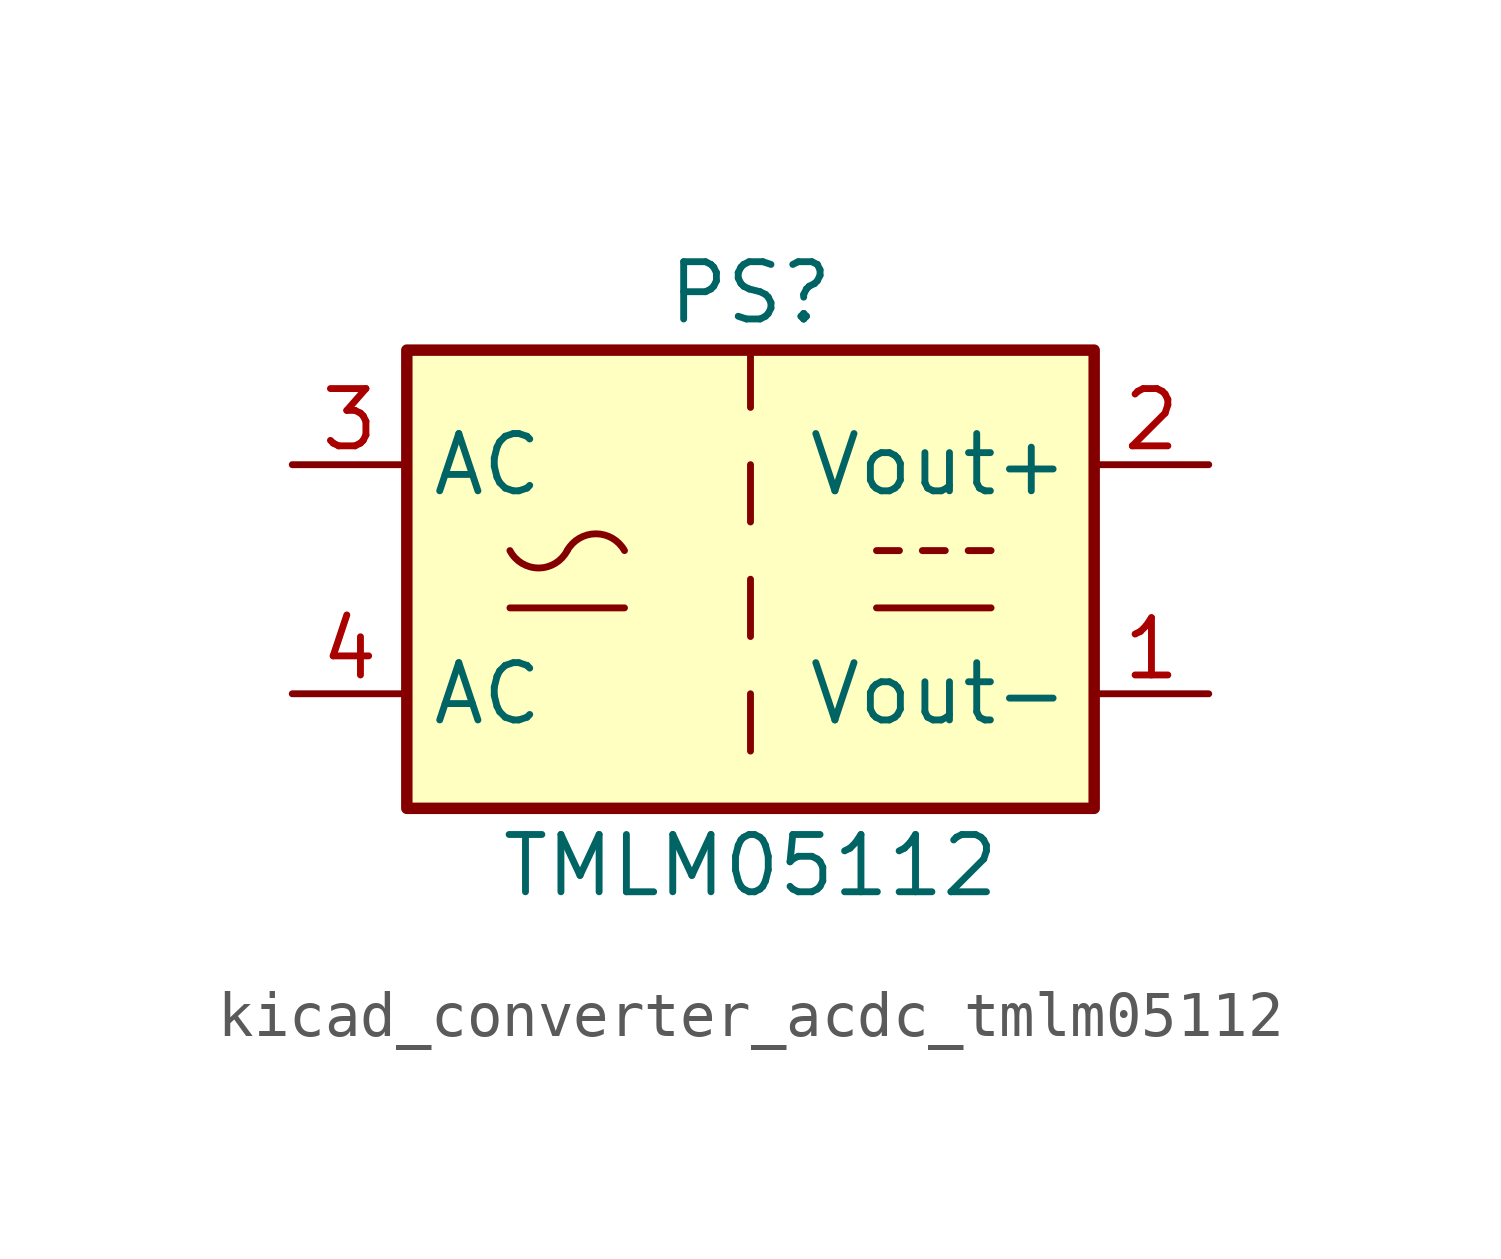
<source format=kicad_sym>
(kicad_symbol_lib
  (version 20220914)
  (generator kicad_symbol_editor)
  (symbol "kicad_converter_acdc_tmlm05112"
    (property "Reference" "PS"
      (at 0 6.35 0)
      (effects (font (size 1.27 1.27))))
    (property "Value" "TMLM05112"
      (at 0 -6.35 0)
      (effects (font (size 1.27 1.27))))
    (symbol "kicad_converter_acdc_tmlm05112_0_1"
      (rectangle (start -7.62 5.08) (end 7.62 -5.08) (stroke (width 0.254) (type default)) (fill (type background)))
      (arc (start -5.334 0.635) (mid -4.699 0.2495) (end -4.064 0.635) (stroke (width 0) (type default)) (fill (type none)))
      (arc (start -2.794 0.635) (mid -3.429 1.0072) (end -4.064 0.635) (stroke (width 0) (type default)) (fill (type none)))
      (polyline (pts (xy -5.334 -0.635) (xy -2.794 -0.635)) (stroke (width 0) (type default)) (fill (type none)))
      (polyline (pts (xy 0 -2.54) (xy 0 -3.81)) (stroke (width 0) (type default)) (fill (type none)))
      (polyline (pts (xy 0 0) (xy 0 -1.27)) (stroke (width 0) (type default)) (fill (type none)))
      (polyline (pts (xy 0 2.54) (xy 0 1.27)) (stroke (width 0) (type default)) (fill (type none)))
      (polyline (pts (xy 0 5.08) (xy 0 3.81)) (stroke (width 0) (type default)) (fill (type none)))
      (polyline (pts (xy 2.794 -0.635) (xy 5.334 -0.635)) (stroke (width 0) (type default)) (fill (type none)))
      (polyline (pts (xy 2.794 0.635) (xy 3.302 0.635)) (stroke (width 0) (type default)) (fill (type none)))
      (polyline (pts (xy 3.81 0.635) (xy 4.318 0.635)) (stroke (width 0) (type default)) (fill (type none)))
      (polyline (pts (xy 4.826 0.635) (xy 5.334 0.635)) (stroke (width 0) (type default)) (fill (type none))))
    (symbol "kicad_converter_acdc_tmlm05112_1_1"
      (pin power_out line (at 10.16 -2.54 180) (length 2.54) (name "Vout-" (effects (font (size 1.27 1.27)))) (number "1" (effects (font (size 1.27 1.27)))))
      (pin power_out line (at 10.16 2.54 180) (length 2.54) (name "Vout+" (effects (font (size 1.27 1.27)))) (number "2" (effects (font (size 1.27 1.27)))))
      (pin power_in line (at -10.16 2.54 0) (length 2.54) (name "AC" (effects (font (size 1.27 1.27)))) (number "3" (effects (font (size 1.27 1.27)))))
      (pin power_in line (at -10.16 -2.54 0) (length 2.54) (name "AC" (effects (font (size 1.27 1.27)))) (number "4" (effects (font (size 1.27 1.27))))))))
</source>
